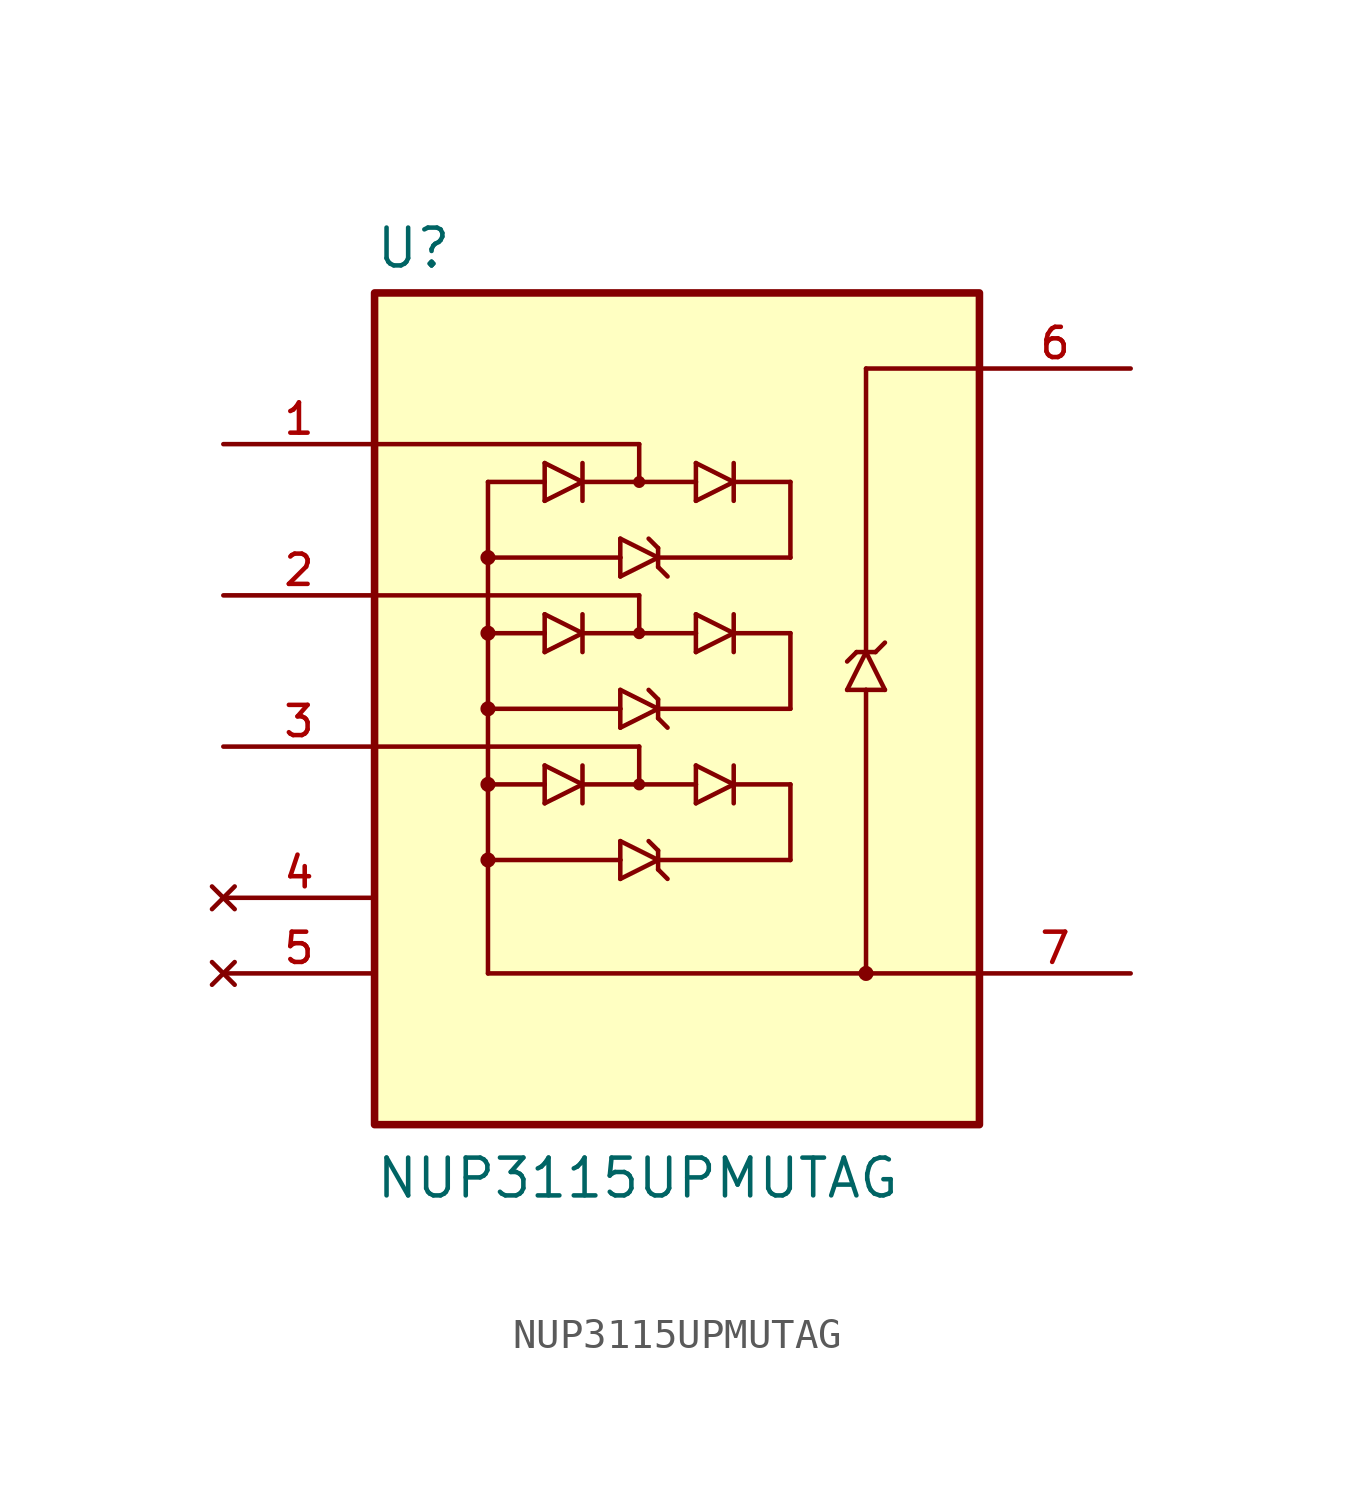
<source format=kicad_sym>
(kicad_symbol_lib
  (version 20211014)
  (generator kicad_symbol_editor)
  (symbol "NUP3115UPMUTAG"
    (pin_names
      (offset 1.016))
    (property "Reference" "U"
      (at -10.16 13.462 0)
      (effects (font (size 1.27 1.27)) (justify bottom left)))
    (property "Value" "NUP3115UPMUTAG"
      (at -10.16 -17.78 0)
      (effects (font (size 1.27 1.27)) (justify bottom left)))
    (symbol "NUP3115UPMUTAG_0_0"
      (polyline (pts (xy -4.445 5.715) (xy -3.175 6.35)) (stroke (width 0.152)))
      (polyline (pts (xy -3.175 6.35) (xy -4.445 6.985)) (stroke (width 0.152)))
      (polyline (pts (xy -3.175 6.985) (xy -3.175 6.35)) (stroke (width 0.152)))
      (polyline (pts (xy -4.445 6.985) (xy -4.445 6.35)) (stroke (width 0.152)))
      (polyline (pts (xy -4.445 6.35) (xy -4.445 5.715)) (stroke (width 0.152)))
      (polyline (pts (xy -3.175 6.35) (xy -3.175 5.715)) (stroke (width 0.152)))
      (polyline (pts (xy -6.35 6.35) (xy -4.445 6.35)) (stroke (width 0.152)))
      (polyline (pts (xy 0.635 5.715) (xy 1.905 6.35)) (stroke (width 0.152)))
      (polyline (pts (xy 1.905 6.35) (xy 0.635 6.985)) (stroke (width 0.152)))
      (polyline (pts (xy 1.905 6.985) (xy 1.905 6.35)) (stroke (width 0.152)))
      (polyline (pts (xy 0.635 6.985) (xy 0.635 6.35)) (stroke (width 0.152)))
      (polyline (pts (xy 0.635 6.35) (xy 0.635 5.715)) (stroke (width 0.152)))
      (polyline (pts (xy 1.905 6.35) (xy 1.905 5.715)) (stroke (width 0.152)))
      (polyline (pts (xy -3.175 6.35) (xy -1.27 6.35)) (stroke (width 0.152)))
      (polyline (pts (xy -1.27 6.35) (xy 0.635 6.35)) (stroke (width 0.152)))
      (polyline (pts (xy 1.905 6.35) (xy 3.81 6.35)) (stroke (width 0.152)))
      (circle (center -1.27 6.35) (radius 0.127) (stroke (width 0.152)) (fill (type none)))
      (polyline (pts (xy -10.16 7.62) (xy -1.27 7.62)) (stroke (width 0.152)))
      (polyline (pts (xy -1.27 7.62) (xy -1.27 6.35)) (stroke (width 0.152)))
      (polyline (pts (xy -1.905 3.175) (xy -0.635 3.81)) (stroke (width 0.152)))
      (polyline (pts (xy -0.635 3.81) (xy -1.905 4.445)) (stroke (width 0.152)))
      (polyline (pts (xy -0.953 4.445) (xy -0.635 4.128)) (stroke (width 0.152)))
      (polyline (pts (xy -0.635 4.128) (xy -0.635 3.81)) (stroke (width 0.152)))
      (polyline (pts (xy -1.905 4.445) (xy -1.905 3.81)) (stroke (width 0.152)))
      (polyline (pts (xy -1.905 3.81) (xy -1.905 3.175)) (stroke (width 0.152)))
      (polyline (pts (xy -0.635 3.81) (xy -0.635 3.493)) (stroke (width 0.152)))
      (polyline (pts (xy -0.635 3.493) (xy -0.318 3.175)) (stroke (width 0.152)))
      (polyline (pts (xy -6.35 3.81) (xy -1.905 3.81)) (stroke (width 0.152)))
      (polyline (pts (xy -0.635 3.81) (xy 3.81 3.81)) (stroke (width 0.152)))
      (polyline (pts (xy 3.81 6.35) (xy 3.81 3.81)) (stroke (width 0.152)))
      (circle (center -6.35 3.81) (radius 0.127) (stroke (width 0.254)) (fill (type none)))
      (polyline (pts (xy -6.35 6.35) (xy -6.35 3.81)) (stroke (width 0.152)))
      (polyline (pts (xy -4.445 0.635) (xy -3.175 1.27)) (stroke (width 0.152)))
      (polyline (pts (xy -3.175 1.27) (xy -4.445 1.905)) (stroke (width 0.152)))
      (polyline (pts (xy -3.175 1.905) (xy -3.175 1.27)) (stroke (width 0.152)))
      (polyline (pts (xy -4.445 1.905) (xy -4.445 1.27)) (stroke (width 0.152)))
      (polyline (pts (xy -4.445 1.27) (xy -4.445 0.635)) (stroke (width 0.152)))
      (polyline (pts (xy -3.175 1.27) (xy -3.175 0.635)) (stroke (width 0.152)))
      (polyline (pts (xy -6.35 1.27) (xy -4.445 1.27)) (stroke (width 0.152)))
      (polyline (pts (xy 0.635 0.635) (xy 1.905 1.27)) (stroke (width 0.152)))
      (polyline (pts (xy 1.905 1.27) (xy 0.635 1.905)) (stroke (width 0.152)))
      (polyline (pts (xy 1.905 1.905) (xy 1.905 1.27)) (stroke (width 0.152)))
      (polyline (pts (xy 0.635 1.905) (xy 0.635 1.27)) (stroke (width 0.152)))
      (polyline (pts (xy 0.635 1.27) (xy 0.635 0.635)) (stroke (width 0.152)))
      (polyline (pts (xy 1.905 1.27) (xy 1.905 0.635)) (stroke (width 0.152)))
      (polyline (pts (xy -3.175 1.27) (xy -1.27 1.27)) (stroke (width 0.152)))
      (polyline (pts (xy -1.27 1.27) (xy 0.635 1.27)) (stroke (width 0.152)))
      (polyline (pts (xy 1.905 1.27) (xy 3.81 1.27)) (stroke (width 0.152)))
      (circle (center -1.27 1.27) (radius 0.127) (stroke (width 0.152)) (fill (type none)))
      (polyline (pts (xy -10.16 2.54) (xy -1.27 2.54)) (stroke (width 0.152)))
      (polyline (pts (xy -1.27 2.54) (xy -1.27 1.27)) (stroke (width 0.152)))
      (polyline (pts (xy -1.905 -1.905) (xy -0.635 -1.27)) (stroke (width 0.152)))
      (polyline (pts (xy -0.635 -1.27) (xy -1.905 -0.635)) (stroke (width 0.152)))
      (polyline (pts (xy -0.953 -0.635) (xy -0.635 -0.953)) (stroke (width 0.152)))
      (polyline (pts (xy -0.635 -0.953) (xy -0.635 -1.27)) (stroke (width 0.152)))
      (polyline (pts (xy -1.905 -0.635) (xy -1.905 -1.27)) (stroke (width 0.152)))
      (polyline (pts (xy -1.905 -1.27) (xy -1.905 -1.905)) (stroke (width 0.152)))
      (polyline (pts (xy -0.635 -1.27) (xy -0.635 -1.587)) (stroke (width 0.152)))
      (polyline (pts (xy -0.635 -1.587) (xy -0.318 -1.905)) (stroke (width 0.152)))
      (polyline (pts (xy -6.35 -1.27) (xy -1.905 -1.27)) (stroke (width 0.152)))
      (polyline (pts (xy -0.635 -1.27) (xy 3.81 -1.27)) (stroke (width 0.152)))
      (polyline (pts (xy 3.81 1.27) (xy 3.81 -1.27)) (stroke (width 0.152)))
      (circle (center -6.35 -1.27) (radius 0.127) (stroke (width 0.254)) (fill (type none)))
      (polyline (pts (xy -6.35 1.27) (xy -6.35 -1.27)) (stroke (width 0.152)))
      (polyline (pts (xy -4.445 -4.445) (xy -3.175 -3.81)) (stroke (width 0.152)))
      (polyline (pts (xy -3.175 -3.81) (xy -4.445 -3.175)) (stroke (width 0.152)))
      (polyline (pts (xy -3.175 -3.175) (xy -3.175 -3.81)) (stroke (width 0.152)))
      (polyline (pts (xy -4.445 -3.175) (xy -4.445 -3.81)) (stroke (width 0.152)))
      (polyline (pts (xy -4.445 -3.81) (xy -4.445 -4.445)) (stroke (width 0.152)))
      (polyline (pts (xy -3.175 -3.81) (xy -3.175 -4.445)) (stroke (width 0.152)))
      (polyline (pts (xy -6.35 -3.81) (xy -4.445 -3.81)) (stroke (width 0.152)))
      (polyline (pts (xy 0.635 -4.445) (xy 1.905 -3.81)) (stroke (width 0.152)))
      (polyline (pts (xy 1.905 -3.81) (xy 0.635 -3.175)) (stroke (width 0.152)))
      (polyline (pts (xy 1.905 -3.175) (xy 1.905 -3.81)) (stroke (width 0.152)))
      (polyline (pts (xy 0.635 -3.175) (xy 0.635 -3.81)) (stroke (width 0.152)))
      (polyline (pts (xy 0.635 -3.81) (xy 0.635 -4.445)) (stroke (width 0.152)))
      (polyline (pts (xy 1.905 -3.81) (xy 1.905 -4.445)) (stroke (width 0.152)))
      (polyline (pts (xy -3.175 -3.81) (xy -1.27 -3.81)) (stroke (width 0.152)))
      (polyline (pts (xy -1.27 -3.81) (xy 0.635 -3.81)) (stroke (width 0.152)))
      (polyline (pts (xy 1.905 -3.81) (xy 3.81 -3.81)) (stroke (width 0.152)))
      (circle (center -1.27 -3.81) (radius 0.127) (stroke (width 0.152)) (fill (type none)))
      (polyline (pts (xy -10.16 -2.54) (xy -1.27 -2.54)) (stroke (width 0.152)))
      (polyline (pts (xy -1.27 -2.54) (xy -1.27 -3.81)) (stroke (width 0.152)))
      (polyline (pts (xy -1.905 -6.985) (xy -0.635 -6.35)) (stroke (width 0.152)))
      (polyline (pts (xy -0.635 -6.35) (xy -1.905 -5.715)) (stroke (width 0.152)))
      (polyline (pts (xy -0.953 -5.715) (xy -0.635 -6.032)) (stroke (width 0.152)))
      (polyline (pts (xy -0.635 -6.032) (xy -0.635 -6.35)) (stroke (width 0.152)))
      (polyline (pts (xy -1.905 -5.715) (xy -1.905 -6.35)) (stroke (width 0.152)))
      (polyline (pts (xy -1.905 -6.35) (xy -1.905 -6.985)) (stroke (width 0.152)))
      (polyline (pts (xy -0.635 -6.35) (xy -0.635 -6.668)) (stroke (width 0.152)))
      (polyline (pts (xy -0.635 -6.668) (xy -0.318 -6.985)) (stroke (width 0.152)))
      (polyline (pts (xy -6.35 -6.35) (xy -1.905 -6.35)) (stroke (width 0.152)))
      (polyline (pts (xy -0.635 -6.35) (xy 3.81 -6.35)) (stroke (width 0.152)))
      (polyline (pts (xy 3.81 -3.81) (xy 3.81 -6.35)) (stroke (width 0.152)))
      (circle (center -6.35 -6.35) (radius 0.127) (stroke (width 0.254)) (fill (type none)))
      (polyline (pts (xy -6.35 -3.81) (xy -6.35 -6.35)) (stroke (width 0.152)))
      (polyline (pts (xy -6.35 3.81) (xy -6.35 1.27)) (stroke (width 0.152)))
      (polyline (pts (xy -6.35 -1.27) (xy -6.35 -3.81)) (stroke (width 0.152)))
      (circle (center -6.35 -3.81) (radius 0.127) (stroke (width 0.254)) (fill (type none)))
      (circle (center -6.35 1.27) (radius 0.127) (stroke (width 0.254)) (fill (type none)))
      (polyline (pts (xy 6.985 -0.635) (xy 6.35 0.635)) (stroke (width 0.152)))
      (polyline (pts (xy 6.35 0.635) (xy 5.715 -0.635)) (stroke (width 0.152)))
      (polyline (pts (xy 5.715 0.318) (xy 6.032 0.635)) (stroke (width 0.152)))
      (polyline (pts (xy 6.032 0.635) (xy 6.35 0.635)) (stroke (width 0.152)))
      (polyline (pts (xy 5.715 -0.635) (xy 6.35 -0.635)) (stroke (width 0.152)))
      (polyline (pts (xy 6.35 -0.635) (xy 6.985 -0.635)) (stroke (width 0.152)))
      (polyline (pts (xy 6.35 0.635) (xy 6.668 0.635)) (stroke (width 0.152)))
      (polyline (pts (xy 6.668 0.635) (xy 6.985 0.953)) (stroke (width 0.152)))
      (polyline (pts (xy 6.35 -10.16) (xy 6.35 -0.635)) (stroke (width 0.152)))
      (polyline (pts (xy 6.35 0.635) (xy 6.35 10.16)) (stroke (width 0.152)))
      (circle (center 6.35 -10.16) (radius 0.127) (stroke (width 0.254)) (fill (type none)))
      (polyline (pts (xy -6.35 -6.35) (xy -6.35 -10.16)) (stroke (width 0.152)))
      (polyline (pts (xy -6.35 -10.16) (xy 6.35 -10.16)) (stroke (width 0.152)))
      (polyline (pts (xy 6.35 10.16) (xy 10.16 10.16)) (stroke (width 0.152)))
      (polyline (pts (xy 6.35 -10.16) (xy 10.16 -10.16)) (stroke (width 0.152)))
      (rectangle (start -10.16 -15.24) (end 10.16 12.7) (stroke (width 0.254)) (fill (type background)))
      (pin passive line (at -15.24 7.62 0) (length 5.08) (name "~" (effects (font (size 1.016 1.016)))) (number "1" (effects (font (size 1.016 1.016)))))
      (pin passive line (at -15.24 2.54 0) (length 5.08) (name "~" (effects (font (size 1.016 1.016)))) (number "2" (effects (font (size 1.016 1.016)))))
      (pin passive line (at -15.24 -2.54 0) (length 5.08) (name "~" (effects (font (size 1.016 1.016)))) (number "3" (effects (font (size 1.016 1.016)))))
      (pin power_in line (at 15.24 10.16 180.0) (length 5.08) (name "~" (effects (font (size 1.016 1.016)))) (number "6" (effects (font (size 1.016 1.016)))))
      (pin no_connect line (at -15.24 -7.62 0) (length 5.08) (name "~" (effects (font (size 1.016 1.016)))) (number "4" (effects (font (size 1.016 1.016)))))
      (pin power_in line (at 15.24 -10.16 180.0) (length 5.08) (name "~" (effects (font (size 1.016 1.016)))) (number "7" (effects (font (size 1.016 1.016)))))
      (pin no_connect line (at -15.24 -10.16 0) (length 5.08) (name "~" (effects (font (size 1.016 1.016)))) (number "5" (effects (font (size 1.016 1.016))))))))
</source>
